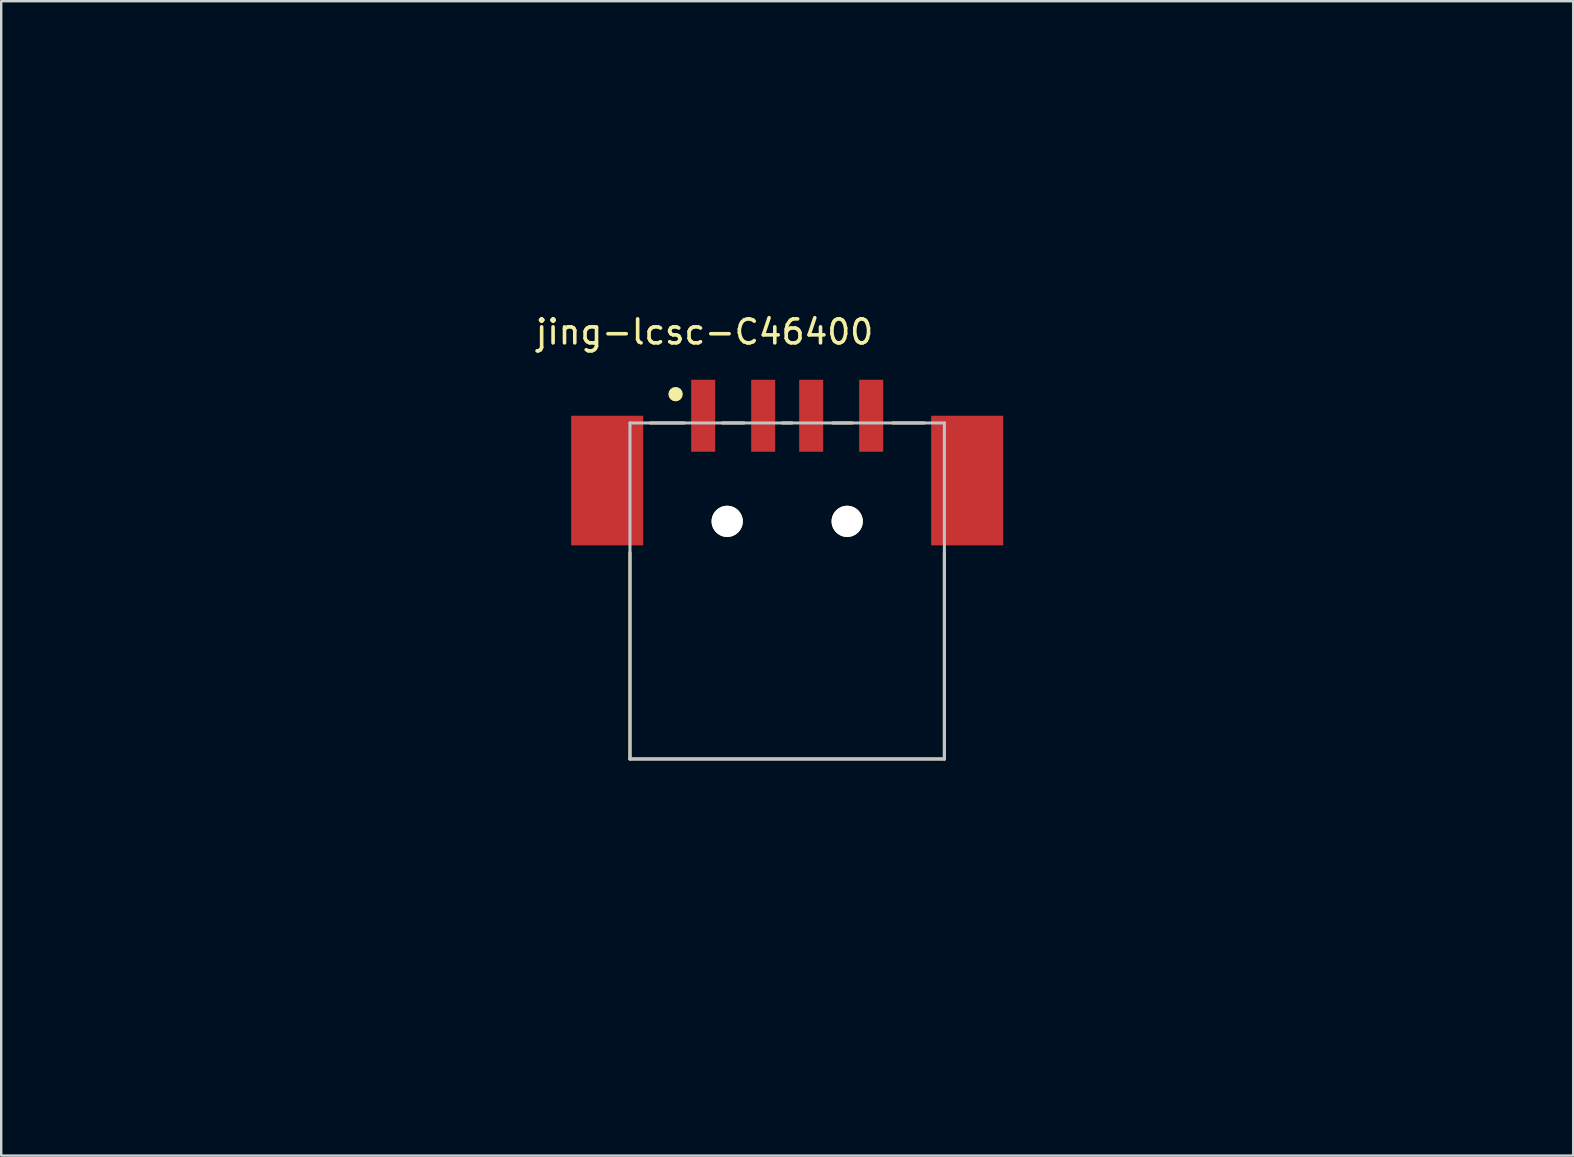
<source format=kicad_pcb>
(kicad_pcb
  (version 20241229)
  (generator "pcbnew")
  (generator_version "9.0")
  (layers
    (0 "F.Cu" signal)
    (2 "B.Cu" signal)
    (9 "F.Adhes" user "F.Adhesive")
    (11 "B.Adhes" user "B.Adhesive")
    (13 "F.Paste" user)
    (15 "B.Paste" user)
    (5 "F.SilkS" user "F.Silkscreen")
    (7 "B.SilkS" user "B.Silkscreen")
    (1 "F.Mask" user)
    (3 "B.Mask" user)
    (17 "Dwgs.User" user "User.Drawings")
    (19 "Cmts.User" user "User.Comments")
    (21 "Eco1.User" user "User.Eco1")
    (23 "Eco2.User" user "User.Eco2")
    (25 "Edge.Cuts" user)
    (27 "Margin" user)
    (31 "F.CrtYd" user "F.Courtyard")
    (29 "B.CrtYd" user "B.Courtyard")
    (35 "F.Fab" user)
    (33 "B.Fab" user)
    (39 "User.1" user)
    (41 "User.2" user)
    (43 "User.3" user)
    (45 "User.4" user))
  (footprint "jing-lcsc-C46400"
    (layer "F.Cu")
    (at 29.749 18.673)
    (property "Reference" "jing-lcsc-C46400" (at -3.445 -7.892 0) (layer "F.SilkS") (effects (font (size 1 1) (thickness 0.15))))
    (attr smd)
    (fp_line (start -6.55 1.3) (end -6.55 9.9) (stroke (width 0.127) (type solid)) (layer "F.SilkS"))
    (fp_line (start -6.55 9.9) (end 6.55 9.9) (stroke (width 0.127) (type solid)) (layer "F.SilkS"))
    (fp_line (start -4.3 -4.1) (end -5.7 -4.1) (stroke (width 0.127) (type solid)) (layer "F.SilkS"))
    (fp_line (start -2.7 -4.1) (end -1.8 -4.1) (stroke (width 0.127) (type solid)) (layer "F.SilkS"))
    (fp_line (start -0.2 -4.1) (end 0.2 -4.1) (stroke (width 0.127) (type solid)) (layer "F.SilkS"))
    (fp_line (start 1.9 -4.1) (end 2.7 -4.1) (stroke (width 0.127) (type solid)) (layer "F.SilkS"))
    (fp_line (start 4.4 -4.1) (end 5.7 -4.1) (stroke (width 0.127) (type solid)) (layer "F.SilkS"))
    (fp_line (start 6.55 9.9) (end 6.55 1.3) (stroke (width 0.127) (type solid)) (layer "F.SilkS"))
    (fp_circle (center -4.65 -5.3) (end -4.5 -5.3) (stroke (width 0.3) (type solid)) (fill no) (layer "F.SilkS"))
    (fp_line (start -6.55 -4.1) (end 6.55 -4.1) (stroke (width 0.127) (type solid)) (layer "Dwgs.User"))
    (fp_line (start -6.55 9.9) (end -6.55 -4.1) (stroke (width 0.127) (type solid)) (layer "Dwgs.User"))
    (fp_line (start 6.55 -4.1) (end 6.55 9.9) (stroke (width 0.127) (type solid)) (layer "Dwgs.User"))
    (fp_line (start 6.55 9.9) (end -6.55 9.9) (stroke (width 0.127) (type solid)) (layer "Dwgs.User"))
    (fp_line (start -8.75 -5.58) (end 8.75 -5.58) (stroke (width 0.05) (type solid)) (layer "Eco1.User"))
    (fp_line (start -8.75 10.15) (end -8.75 -5.58) (stroke (width 0.05) (type solid)) (layer "Eco1.User"))
    (fp_line (start 8.75 -5.58) (end 8.75 10.15) (stroke (width 0.05) (type solid)) (layer "Eco1.User"))
    (fp_line (start 8.75 10.15) (end -8.75 10.15) (stroke (width 0.05) (type solid)) (layer "Eco1.User"))
    (fp_line (start -29.699 2.377) (end -28.703 2.377) (stroke (width 0.1) (type solid)) (layer "Eco2.User"))
    (fp_line (start -29.198 2.085) (end -29.198 2.663) (stroke (width 0.1) (type solid)) (layer "Eco2.User"))
    (fp_line (start -29.198 2.663) (end -28.703 2.377) (stroke (width 0.1) (type solid)) (layer "Eco2.User"))
    (fp_line (start -28.703 -17.626) (end 28.701 -17.626) (stroke (width 0.1) (type solid)) (layer "Eco2.User"))
    (fp_line (start -28.703 -11.625) (end -29.09 -11.625) (stroke (width 0.1) (type solid)) (layer "Eco2.User"))
    (fp_line (start -28.703 -4.621) (end -29.09 -4.621) (stroke (width 0.1) (type solid)) (layer "Eco2.User"))
    (fp_line (start -28.703 2.377) (end -29.198 2.085) (stroke (width 0.1) (type solid)) (layer "Eco2.User"))
    (fp_line (start -28.703 2.377) (end -29.198 2.663) (stroke (width 0.1) (type solid)) (layer "Eco2.User"))
    (fp_line (start -28.703 9.375) (end -29.09 9.375) (stroke (width 0.1) (type solid)) (layer "Eco2.User"))
    (fp_line (start -28.703 16.379) (end -29.09 16.379) (stroke (width 0.1) (type solid)) (layer "Eco2.User"))
    (fp_line (start -28.703 22.379) (end -28.703 -17.626) (stroke (width 0.1) (type solid)) (layer "Eco2.User"))
    (fp_line (start -28.703 22.379) (end 28.701 22.379) (stroke (width 0.1) (type solid)) (layer "Eco2.User"))
    (fp_line (start -22.276 -17.626) (end -22.276 -18.013) (stroke (width 0.1) (type solid)) (layer "Eco2.User"))
    (fp_line (start -22.276 22.379) (end -22.276 22.767) (stroke (width 0.1) (type solid)) (layer "Eco2.User"))
    (fp_line (start -14.847 -17.626) (end -14.847 -18.013) (stroke (width 0.1) (type solid)) (layer "Eco2.User"))
    (fp_line (start -14.847 22.379) (end -14.847 22.767) (stroke (width 0.1) (type solid)) (layer "Eco2.User"))
    (fp_line (start -10.3 -4.151) (end -10.199 -4.151) (stroke (width 0.1) (type solid)) (layer "Eco2.User"))
    (fp_line (start -10.3 -4.151) (end -10.199 -4.151) (stroke (width 0.1) (type solid)) (layer "Eco2.User"))
    (fp_line (start -10.3 -1.948) (end -10.3 -1.948) (stroke (width 0.1) (type solid)) (layer "Eco2.User"))
    (fp_line (start -10.3 -1.948) (end -10.249 -1.7) (stroke (width 0.1) (type solid)) (layer "Eco2.User"))
    (fp_line (start -10.3 -1.948) (end -10.249 -1.7) (stroke (width 0.1) (type solid)) (layer "Eco2.User"))
    (fp_line (start -10.3 -1.948) (end -10.249 -1.7) (stroke (width 0.1) (type solid)) (layer "Eco2.User"))
    (fp_line (start -10.249 -4.399) (end -10.3 -4.151) (stroke (width 0.1) (type solid)) (layer "Eco2.User"))
    (fp_line (start -10.249 -4.399) (end -10.3 -4.151) (stroke (width 0.1) (type solid)) (layer "Eco2.User"))
    (fp_line (start -10.249 -4.399) (end -10.199 -4.151) (stroke (width 0.1) (type solid)) (layer "Eco2.User"))
    (fp_line (start -10.249 -4.151) (end -10.249 -4.399) (stroke (width 0.1) (type solid)) (layer "Eco2.User"))
    (fp_line (start -10.249 -4.151) (end -10.249 -1.948) (stroke (width 0.1) (type solid)) (layer "Eco2.User"))
    (fp_line (start -10.249 -1.948) (end -10.249 -1.7) (stroke (width 0.1) (type solid)) (layer "Eco2.User"))
    (fp_line (start -10.249 -1.7) (end -10.3 -1.948) (stroke (width 0.1) (type solid)) (layer "Eco2.User"))
    (fp_line (start -10.249 -1.7) (end -10.199 -1.948) (stroke (width 0.1) (type solid)) (layer "Eco2.User"))
    (fp_line (start -10.249 -1.7) (end -10.199 -1.948) (stroke (width 0.1) (type solid)) (layer "Eco2.User"))
    (fp_line (start -10.199 -4.151) (end -10.249 -4.399) (stroke (width 0.1) (type solid)) (layer "Eco2.User"))
    (fp_line (start -10.199 -4.151) (end -10.249 -4.399) (stroke (width 0.1) (type solid)) (layer "Eco2.User"))
    (fp_line (start -10.199 -4.151) (end -10.249 -4.399) (stroke (width 0.1) (type solid)) (layer "Eco2.User"))
    (fp_line (start -10.199 -4.151) (end -10.199 -4.151) (stroke (width 0.1) (type solid)) (layer "Eco2.User"))
    (fp_line (start -10.199 -1.948) (end -10.3 -1.948) (stroke (width 0.1) (type solid)) (layer "Eco2.User"))
    (fp_line (start -10.199 -1.948) (end -10.3 -1.948) (stroke (width 0.1) (type solid)) (layer "Eco2.User"))
    (fp_line (start -9.329 -1.7) (end -10.567 -1.7) (stroke (width 0.1) (type solid)) (layer "Eco2.User"))
    (fp_line (start -8.998 -5.199) (end -8.751 -5.249) (stroke (width 0.1) (type solid)) (layer "Eco2.User"))
    (fp_line (start -8.998 -5.199) (end -8.751 -5.154) (stroke (width 0.1) (type solid)) (layer "Eco2.User"))
    (fp_line (start -8.998 -5.199) (end -8.751 -5.154) (stroke (width 0.1) (type solid)) (layer "Eco2.User"))
    (fp_line (start -8.998 -4.481) (end -8.998 -5.516) (stroke (width 0.1) (type solid)) (layer "Eco2.User"))
    (fp_line (start -8.998 -4.399) (end -8.998 0.999) (stroke (width 0.1) (type solid)) (layer "Eco2.User"))
    (fp_line (start -8.998 -1.7) (end -9.252 -1.7) (stroke (width 0.1) (type solid)) (layer "Eco2.User"))
    (fp_line (start -8.998 0.999) (end -6.001 0.999) (stroke (width 0.1) (type solid)) (layer "Eco2.User"))
    (fp_line (start -8.751 -5.249) (end -8.998 -5.199) (stroke (width 0.1) (type solid)) (layer "Eco2.User"))
    (fp_line (start -8.751 -5.249) (end -8.998 -5.199) (stroke (width 0.1) (type solid)) (layer "Eco2.User"))
    (fp_line (start -8.751 -5.249) (end -8.998 -5.199) (stroke (width 0.1) (type solid)) (layer "Eco2.User"))
    (fp_line (start -8.751 -5.249) (end -8.751 -5.249) (stroke (width 0.1) (type solid)) (layer "Eco2.User"))
    (fp_line (start -8.751 -5.199) (end -8.998 -5.199) (stroke (width 0.1) (type solid)) (layer "Eco2.User"))
    (fp_line (start -8.751 -5.154) (end -8.751 -5.249) (stroke (width 0.1) (type solid)) (layer "Eco2.User"))
    (fp_line (start -8.751 -5.154) (end -8.751 -5.249) (stroke (width 0.1) (type solid)) (layer "Eco2.User"))
    (fp_line (start -8.586 -1.7) (end -8.998 -1.7) (stroke (width 0.1) (type solid)) (layer "Eco2.User"))
    (fp_line (start -8.287 -1.7) (end -8.44 -1.7) (stroke (width 0.1) (type solid)) (layer "Eco2.User"))
    (fp_line (start -8.097 10.549) (end -8.097 10.651) (stroke (width 0.1) (type solid)) (layer "Eco2.User"))
    (fp_line (start -8.097 10.6) (end -8.351 10.6) (stroke (width 0.1) (type solid)) (layer "Eco2.User"))
    (fp_line (start -8.097 10.651) (end 8.102 10.651) (stroke (width 0.1) (type solid)) (layer "Eco2.User"))
    (fp_line (start -8.097 10.733) (end -8.097 12.334) (stroke (width 0.1) (type solid)) (layer "Eco2.User"))
    (fp_line (start -8.097 12.016) (end -7.849 11.972) (stroke (width 0.1) (type solid)) (layer "Eco2.User"))
    (fp_line (start -8.097 12.016) (end -7.849 12.067) (stroke (width 0.1) (type solid)) (layer "Eco2.User"))
    (fp_line (start -8.097 12.016) (end -7.849 12.067) (stroke (width 0.1) (type solid)) (layer "Eco2.User"))
    (fp_line (start -7.849 11.972) (end -8.097 12.016) (stroke (width 0.1) (type solid)) (layer "Eco2.User"))
    (fp_line (start -7.849 11.972) (end -8.097 12.016) (stroke (width 0.1) (type solid)) (layer "Eco2.User"))
    (fp_line (start -7.849 11.972) (end -8.097 12.016) (stroke (width 0.1) (type solid)) (layer "Eco2.User"))
    (fp_line (start -7.849 11.972) (end -7.849 11.972) (stroke (width 0.1) (type solid)) (layer "Eco2.User"))
    (fp_line (start -7.849 12.016) (end -8.097 12.016) (stroke (width 0.1) (type solid)) (layer "Eco2.User"))
    (fp_line (start -7.849 12.016) (end 7.848 12.016) (stroke (width 0.1) (type solid)) (layer "Eco2.User"))
    (fp_line (start -7.849 12.067) (end -7.849 11.972) (stroke (width 0.1) (type solid)) (layer "Eco2.User"))
    (fp_line (start -7.849 12.067) (end -7.849 11.972) (stroke (width 0.1) (type solid)) (layer "Eco2.User"))
    (fp_line (start -7.722 -1.7) (end -8.135 -1.7) (stroke (width 0.1) (type solid)) (layer "Eco2.User"))
    (fp_line (start -7.716 10.6) (end -8.097 10.6) (stroke (width 0.1) (type solid)) (layer "Eco2.User"))
    (fp_line (start -7.513 -4.399) (end -10.567 -4.399) (stroke (width 0.1) (type solid)) (layer "Eco2.User"))
    (fp_line (start -7.5 -4.399) (end -7.5 -4.646) (stroke (width 0.1) (type solid)) (layer "Eco2.User"))
    (fp_line (start -7.5 -4.011) (end -7.5 -4.399) (stroke (width 0.1) (type solid)) (layer "Eco2.User"))
    (fp_line (start -7.5 -3.713) (end -7.5 -3.865) (stroke (width 0.1) (type solid)) (layer "Eco2.User"))
    (fp_line (start -7.5 -3.179) (end -7.5 -3.56) (stroke (width 0.1) (type solid)) (layer "Eco2.User"))
    (fp_line (start -7.5 -2.875) (end -7.5 -3.027) (stroke (width 0.1) (type solid)) (layer "Eco2.User"))
    (fp_line (start -7.5 -2.341) (end -7.5 -2.729) (stroke (width 0.1) (type solid)) (layer "Eco2.User"))
    (fp_line (start -7.5 -2.043) (end -7.5 -2.189) (stroke (width 0.1) (type solid)) (layer "Eco2.User"))
    (fp_line (start -7.5 -1.503) (end -7.5 -1.89) (stroke (width 0.1) (type solid)) (layer "Eco2.User"))
    (fp_line (start -7.5 -1.205) (end -7.5 -1.357) (stroke (width 0.1) (type solid)) (layer "Eco2.User"))
    (fp_line (start -7.5 -0.671) (end -7.5 -1.058) (stroke (width 0.1) (type solid)) (layer "Eco2.User"))
    (fp_line (start -7.5 -0.373) (end -7.5 -0.519) (stroke (width 0.1) (type solid)) (layer "Eco2.User"))
    (fp_line (start -7.5 0.167) (end -7.5 -0.22) (stroke (width 0.1) (type solid)) (layer "Eco2.User"))
    (fp_line (start -7.5 0.466) (end -7.5 0.313) (stroke (width 0.1) (type solid)) (layer "Eco2.User"))
    (fp_line (start -7.5 0.999) (end -7.5 0.618) (stroke (width 0.1) (type solid)) (layer "Eco2.User"))
    (fp_line (start -7.5 1.253) (end -7.5 0.999) (stroke (width 0.1) (type solid)) (layer "Eco2.User"))
    (fp_line (start -7.5 1.329) (end -7.5 3.406) (stroke (width 0.1) (type solid)) (layer "Eco2.User"))
    (fp_line (start -7.5 3.088) (end -7.252 3.037) (stroke (width 0.1) (type solid)) (layer "Eco2.User"))
    (fp_line (start -7.5 3.088) (end -7.252 3.132) (stroke (width 0.1) (type solid)) (layer "Eco2.User"))
    (fp_line (start -7.5 3.088) (end -7.252 3.132) (stroke (width 0.1) (type solid)) (layer "Eco2.User"))
    (fp_line (start -7.424 -17.626) (end -7.424 -18.013) (stroke (width 0.1) (type solid)) (layer "Eco2.User"))
    (fp_line (start -7.424 -1.7) (end -7.576 -1.7) (stroke (width 0.1) (type solid)) (layer "Eco2.User"))
    (fp_line (start -7.424 22.379) (end -7.424 22.767) (stroke (width 0.1) (type solid)) (layer "Eco2.User"))
    (fp_line (start -7.417 10.6) (end -7.57 10.6) (stroke (width 0.1) (type solid)) (layer "Eco2.User"))
    (fp_line (start -7.252 3.037) (end -7.5 3.088) (stroke (width 0.1) (type solid)) (layer "Eco2.User"))
    (fp_line (start -7.252 3.037) (end -7.5 3.088) (stroke (width 0.1) (type solid)) (layer "Eco2.User"))
    (fp_line (start -7.252 3.037) (end -7.5 3.088) (stroke (width 0.1) (type solid)) (layer "Eco2.User"))
    (fp_line (start -7.252 3.037) (end -7.252 3.037) (stroke (width 0.1) (type solid)) (layer "Eco2.User"))
    (fp_line (start -7.252 3.088) (end -7.5 3.088) (stroke (width 0.1) (type solid)) (layer "Eco2.User"))
    (fp_line (start -7.252 3.088) (end 7.251 3.088) (stroke (width 0.1) (type solid)) (layer "Eco2.User"))
    (fp_line (start -7.252 3.132) (end -7.252 3.037) (stroke (width 0.1) (type solid)) (layer "Eco2.User"))
    (fp_line (start -7.252 3.132) (end -7.252 3.037) (stroke (width 0.1) (type solid)) (layer "Eco2.User"))
    (fp_line (start -6.884 10.6) (end -7.265 10.6) (stroke (width 0.1) (type solid)) (layer "Eco2.User"))
    (fp_line (start -6.865 -1.7) (end -7.278 -1.7) (stroke (width 0.1) (type solid)) (layer "Eco2.User"))
    (fp_line (start -6.585 10.6) (end -6.732 10.6) (stroke (width 0.1) (type solid)) (layer "Eco2.User"))
    (fp_line (start -6.56 -1.7) (end -6.712 -1.7) (stroke (width 0.1) (type solid)) (layer "Eco2.User"))
    (fp_line (start -6.249 -5.249) (end -6.249 -5.154) (stroke (width 0.1) (type solid)) (layer "Eco2.User"))
    (fp_line (start -6.249 -5.249) (end -6.249 -5.154) (stroke (width 0.1) (type solid)) (layer "Eco2.User"))
    (fp_line (start -6.249 -5.199) (end -8.751 -5.199) (stroke (width 0.1) (type solid)) (layer "Eco2.User"))
    (fp_line (start -6.249 -5.199) (end -6.001 -5.199) (stroke (width 0.1) (type solid)) (layer "Eco2.User"))
    (fp_line (start -6.249 -5.154) (end -6.249 -5.154) (stroke (width 0.1) (type solid)) (layer "Eco2.User"))
    (fp_line (start -6.249 -5.154) (end -6.001 -5.199) (stroke (width 0.1) (type solid)) (layer "Eco2.User"))
    (fp_line (start -6.249 -5.154) (end -6.001 -5.199) (stroke (width 0.1) (type solid)) (layer "Eco2.User"))
    (fp_line (start -6.249 -5.154) (end -6.001 -5.199) (stroke (width 0.1) (type solid)) (layer "Eco2.User"))
    (fp_line (start -6.052 10.6) (end -6.433 10.6) (stroke (width 0.1) (type solid)) (layer "Eco2.User"))
    (fp_line (start -6.001 -5.199) (end -6.249 -5.249) (stroke (width 0.1) (type solid)) (layer "Eco2.User"))
    (fp_line (start -6.001 -5.199) (end -6.249 -5.249) (stroke (width 0.1) (type solid)) (layer "Eco2.User"))
    (fp_line (start -6.001 -5.199) (end -6.249 -5.154) (stroke (width 0.1) (type solid)) (layer "Eco2.User"))
    (fp_line (start -6.001 -4.481) (end -6.001 -5.516) (stroke (width 0.1) (type solid)) (layer "Eco2.User"))
    (fp_line (start -6.001 -4.399) (end -8.998 -4.399) (stroke (width 0.1) (type solid)) (layer "Eco2.User"))
    (fp_line (start -6.001 -1.7) (end -6.414 -1.7) (stroke (width 0.1) (type solid)) (layer "Eco2.User"))
    (fp_line (start -6.001 0.999) (end -6.001 -4.399) (stroke (width 0.1) (type solid)) (layer "Eco2.User"))
    (fp_line (start -5.754 10.6) (end -5.9 10.6) (stroke (width 0.1) (type solid)) (layer "Eco2.User"))
    (fp_line (start -5.747 -1.7) (end -6.001 -1.7) (stroke (width 0.1) (type solid)) (layer "Eco2.User"))
    (fp_line (start -5.22 10.6) (end -5.601 10.6) (stroke (width 0.1) (type solid)) (layer "Eco2.User"))
    (fp_line (start -4.922 10.6) (end -5.068 10.6) (stroke (width 0.1) (type solid)) (layer "Eco2.User"))
    (fp_line (start -4.896 -4.151) (end -4.795 -4.151) (stroke (width 0.1) (type solid)) (layer "Eco2.User"))
    (fp_line (start -4.896 -4.151) (end -4.795 -4.151) (stroke (width 0.1) (type solid)) (layer "Eco2.User"))
    (fp_line (start -4.896 -0.246) (end -4.896 -0.246) (stroke (width 0.1) (type solid)) (layer "Eco2.User"))
    (fp_line (start -4.896 -0.246) (end -4.846 0.002) (stroke (width 0.1) (type solid)) (layer "Eco2.User"))
    (fp_line (start -4.896 -0.246) (end -4.846 0.002) (stroke (width 0.1) (type solid)) (layer "Eco2.User"))
    (fp_line (start -4.896 -0.246) (end -4.846 0.002) (stroke (width 0.1) (type solid)) (layer "Eco2.User"))
    (fp_line (start -4.846 -4.399) (end -4.896 -4.151) (stroke (width 0.1) (type solid)) (layer "Eco2.User"))
    (fp_line (start -4.846 -4.399) (end -4.896 -4.151) (stroke (width 0.1) (type solid)) (layer "Eco2.User"))
    (fp_line (start -4.846 -4.399) (end -4.795 -4.151) (stroke (width 0.1) (type solid)) (layer "Eco2.User"))
    (fp_line (start -4.846 -4.151) (end -4.846 -4.399) (stroke (width 0.1) (type solid)) (layer "Eco2.User"))
    (fp_line (start -4.846 -4.151) (end -4.846 -0.246) (stroke (width 0.1) (type solid)) (layer "Eco2.User"))
    (fp_line (start -4.846 -0.246) (end -4.846 0.002) (stroke (width 0.1) (type solid)) (layer "Eco2.User"))
    (fp_line (start -4.846 0.002) (end -4.896 -0.246) (stroke (width 0.1) (type solid)) (layer "Eco2.User"))
    (fp_line (start -4.846 0.002) (end -4.795 -0.246) (stroke (width 0.1) (type solid)) (layer "Eco2.User"))
    (fp_line (start -4.846 0.002) (end -4.795 -0.246) (stroke (width 0.1) (type solid)) (layer "Eco2.User"))
    (fp_line (start -4.795 -4.151) (end -4.846 -4.399) (stroke (width 0.1) (type solid)) (layer "Eco2.User"))
    (fp_line (start -4.795 -4.151) (end -4.846 -4.399) (stroke (width 0.1) (type solid)) (layer "Eco2.User"))
    (fp_line (start -4.795 -4.151) (end -4.846 -4.399) (stroke (width 0.1) (type solid)) (layer "Eco2.User"))
    (fp_line (start -4.795 -4.151) (end -4.795 -4.151) (stroke (width 0.1) (type solid)) (layer "Eco2.User"))
    (fp_line (start -4.795 -0.246) (end -4.896 -0.246) (stroke (width 0.1) (type solid)) (layer "Eco2.User"))
    (fp_line (start -4.795 -0.246) (end -4.896 -0.246) (stroke (width 0.1) (type solid)) (layer "Eco2.User"))
    (fp_line (start -4.388 10.6) (end -4.769 10.6) (stroke (width 0.1) (type solid)) (layer "Eco2.User"))
    (fp_line (start -4.331 -4.399) (end -7.487 -4.399) (stroke (width 0.1) (type solid)) (layer "Eco2.User"))
    (fp_line (start -4.331 -4.399) (end -5.163 -4.399) (stroke (width 0.1) (type solid)) (layer "Eco2.User"))
    (fp_line (start -4.09 10.6) (end -4.236 10.6) (stroke (width 0.1) (type solid)) (layer "Eco2.User"))
    (fp_line (start -4.001 -5.897) (end -4.001 -2.9) (stroke (width 0.1) (type solid)) (layer "Eco2.User"))
    (fp_line (start -4.001 -4.399) (end -4.249 -4.399) (stroke (width 0.1) (type solid)) (layer "Eco2.User"))
    (fp_line (start -4.001 -2.9) (end -2.998 -2.9) (stroke (width 0.1) (type solid)) (layer "Eco2.User"))
    (fp_line (start -3.722 -4.399) (end -4.007 -4.399) (stroke (width 0.1) (type solid)) (layer "Eco2.User"))
    (fp_line (start -3.557 10.6) (end -3.938 10.6) (stroke (width 0.1) (type solid)) (layer "Eco2.User"))
    (fp_line (start -3.499 -8.532) (end -3.252 -8.577) (stroke (width 0.1) (type solid)) (layer "Eco2.User"))
    (fp_line (start -3.499 -8.532) (end -3.252 -8.482) (stroke (width 0.1) (type solid)) (layer "Eco2.User"))
    (fp_line (start -3.499 -8.532) (end -3.252 -8.482) (stroke (width 0.1) (type solid)) (layer "Eco2.User"))
    (fp_line (start -3.499 -6.227) (end -3.499 -8.85) (stroke (width 0.1) (type solid)) (layer "Eco2.User"))
    (fp_line (start -3.499 -6.151) (end -3.499 -5.897) (stroke (width 0.1) (type solid)) (layer "Eco2.User"))
    (fp_line (start -3.499 -5.897) (end -3.499 -5.484) (stroke (width 0.1) (type solid)) (layer "Eco2.User"))
    (fp_line (start -3.499 -5.338) (end -3.499 -5.186) (stroke (width 0.1) (type solid)) (layer "Eco2.User"))
    (fp_line (start -3.499 -5.034) (end -3.499 -4.621) (stroke (width 0.1) (type solid)) (layer "Eco2.User"))
    (fp_line (start -3.499 -4.475) (end -3.499 -4.322) (stroke (width 0.1) (type solid)) (layer "Eco2.User"))
    (fp_line (start -3.499 -4.176) (end -3.499 -3.764) (stroke (width 0.1) (type solid)) (layer "Eco2.User"))
    (fp_line (start -3.499 -3.611) (end -3.499 -3.459) (stroke (width 0.1) (type solid)) (layer "Eco2.User"))
    (fp_line (start -3.499 -3.313) (end -3.499 -2.9) (stroke (width 0.1) (type solid)) (layer "Eco2.User"))
    (fp_line (start -3.499 -2.9) (end -3.499 -2.646) (stroke (width 0.1) (type solid)) (layer "Eco2.User"))
    (fp_line (start -3.423 -4.399) (end -3.576 -4.399) (stroke (width 0.1) (type solid)) (layer "Eco2.User"))
    (fp_line (start -3.252 -8.577) (end -3.499 -8.532) (stroke (width 0.1) (type solid)) (layer "Eco2.User"))
    (fp_line (start -3.252 -8.577) (end -3.499 -8.532) (stroke (width 0.1) (type solid)) (layer "Eco2.User"))
    (fp_line (start -3.252 -8.577) (end -3.499 -8.532) (stroke (width 0.1) (type solid)) (layer "Eco2.User"))
    (fp_line (start -3.252 -8.577) (end -3.252 -8.577) (stroke (width 0.1) (type solid)) (layer "Eco2.User"))
    (fp_line (start -3.252 -8.532) (end -3.499 -8.532) (stroke (width 0.1) (type solid)) (layer "Eco2.User"))
    (fp_line (start -3.252 -8.532) (end 3.251 -8.532) (stroke (width 0.1) (type solid)) (layer "Eco2.User"))
    (fp_line (start -3.252 -8.482) (end -3.252 -8.577) (stroke (width 0.1) (type solid)) (layer "Eco2.User"))
    (fp_line (start -3.252 -8.482) (end -3.252 -8.577) (stroke (width 0.1) (type solid)) (layer "Eco2.User"))
    (fp_line (start -3.252 10.6) (end -3.404 10.6) (stroke (width 0.1) (type solid)) (layer "Eco2.User"))
    (fp_line (start -3.15 -0.001) (end -3.147 0.065) (stroke (width 0.1) (type solid)) (layer "Eco2.User"))
    (fp_line (start -3.147 0.065) (end -3.137 0.13) (stroke (width 0.1) (type solid)) (layer "Eco2.User"))
    (fp_line (start -3.147 -0.068) (end -3.15 -0.001) (stroke (width 0.1) (type solid)) (layer "Eco2.User"))
    (fp_line (start -3.137 0.13) (end -3.121 0.192) (stroke (width 0.1) (type solid)) (layer "Eco2.User"))
    (fp_line (start -3.137 -0.133) (end -3.147 -0.068) (stroke (width 0.1) (type solid)) (layer "Eco2.User"))
    (fp_line (start -3.121 0.192) (end -3.099 0.252) (stroke (width 0.1) (type solid)) (layer "Eco2.User"))
    (fp_line (start -3.121 -0.195) (end -3.137 -0.133) (stroke (width 0.1) (type solid)) (layer "Eco2.User"))
    (fp_line (start -3.099 0.252) (end -3.072 0.309) (stroke (width 0.1) (type solid)) (layer "Eco2.User"))
    (fp_line (start -3.099 -0.255) (end -3.121 -0.195) (stroke (width 0.1) (type solid)) (layer "Eco2.User"))
    (fp_line (start -3.072 0.309) (end -3.039 0.363) (stroke (width 0.1) (type solid)) (layer "Eco2.User"))
    (fp_line (start -3.071 -0.312) (end -3.099 -0.255) (stroke (width 0.1) (type solid)) (layer "Eco2.User"))
    (fp_line (start -3.039 0.363) (end -3.002 0.413) (stroke (width 0.1) (type solid)) (layer "Eco2.User"))
    (fp_line (start -3.039 -0.365) (end -3.071 -0.312) (stroke (width 0.1) (type solid)) (layer "Eco2.User"))
    (fp_line (start -3.002 0.413) (end -2.96 0.459) (stroke (width 0.1) (type solid)) (layer "Eco2.User"))
    (fp_line (start -3.001 -0.415) (end -3.039 -0.365) (stroke (width 0.1) (type solid)) (layer "Eco2.User"))
    (fp_line (start -2.998 -5.897) (end -4.001 -5.897) (stroke (width 0.1) (type solid)) (layer "Eco2.User"))
    (fp_line (start -2.998 -4.399) (end -3.277 -4.399) (stroke (width 0.1) (type solid)) (layer "Eco2.User"))
    (fp_line (start -2.998 -2.9) (end -2.998 -5.897) (stroke (width 0.1) (type solid)) (layer "Eco2.User"))
    (fp_line (start -2.96 0.459) (end -2.913 0.501) (stroke (width 0.1) (type solid)) (layer "Eco2.User"))
    (fp_line (start -2.959 -0.462) (end -3.001 -0.415) (stroke (width 0.1) (type solid)) (layer "Eco2.User"))
    (fp_line (start -2.913 0.501) (end -2.863 0.538) (stroke (width 0.1) (type solid)) (layer "Eco2.User"))
    (fp_line (start -2.913 -0.504) (end -2.959 -0.462) (stroke (width 0.1) (type solid)) (layer "Eco2.User"))
    (fp_line (start -2.863 0.538) (end -2.81 0.571) (stroke (width 0.1) (type solid)) (layer "Eco2.User"))
    (fp_line (start -2.863 -0.541) (end -2.913 -0.504) (stroke (width 0.1) (type solid)) (layer "Eco2.User"))
    (fp_line (start -2.81 0.571) (end -2.753 0.598) (stroke (width 0.1) (type solid)) (layer "Eco2.User"))
    (fp_line (start -2.809 -0.574) (end -2.863 -0.541) (stroke (width 0.1) (type solid)) (layer "Eco2.User"))
    (fp_line (start -2.753 0.598) (end -2.693 0.62) (stroke (width 0.1) (type solid)) (layer "Eco2.User"))
    (fp_line (start -2.752 -0.601) (end -2.809 -0.574) (stroke (width 0.1) (type solid)) (layer "Eco2.User"))
    (fp_line (start -2.75 -4.399) (end -2.998 -4.399) (stroke (width 0.1) (type solid)) (layer "Eco2.User"))
    (fp_line (start -2.725 10.6) (end -3.106 10.6) (stroke (width 0.1) (type solid)) (layer "Eco2.User"))
    (fp_line (start -2.693 0.62) (end -2.631 0.636) (stroke (width 0.1) (type solid)) (layer "Eco2.User"))
    (fp_line (start -2.693 -0.623) (end -2.752 -0.601) (stroke (width 0.1) (type solid)) (layer "Eco2.User"))
    (fp_line (start -2.631 0.636) (end -2.566 0.646) (stroke (width 0.1) (type solid)) (layer "Eco2.User"))
    (fp_line (start -2.63 -0.639) (end -2.693 -0.623) (stroke (width 0.1) (type solid)) (layer "Eco2.User"))
    (fp_line (start -2.579 0.002) (end -5.163 0.002) (stroke (width 0.1) (type solid)) (layer "Eco2.User"))
    (fp_line (start -2.566 0.646) (end -2.499 0.65) (stroke (width 0.1) (type solid)) (layer "Eco2.User"))
    (fp_line (start -2.566 -0.649) (end -2.63 -0.639) (stroke (width 0.1) (type solid)) (layer "Eco2.User"))
    (fp_line (start -2.502 0.015) (end -2.248 -0.036) (stroke (width 0.1) (type solid)) (layer "Eco2.User"))
    (fp_line (start -2.502 0.015) (end -2.248 0.065) (stroke (width 0.1) (type solid)) (layer "Eco2.User"))
    (fp_line (start -2.502 0.015) (end -2.248 0.065) (stroke (width 0.1) (type solid)) (layer "Eco2.User"))
    (fp_line (start -2.499 0.65) (end -2.433 0.646) (stroke (width 0.1) (type solid)) (layer "Eco2.User"))
    (fp_line (start -2.499 -0.652) (end -2.566 -0.649) (stroke (width 0.1) (type solid)) (layer "Eco2.User"))
    (fp_line (start -2.433 0.646) (end -2.368 0.636) (stroke (width 0.1) (type solid)) (layer "Eco2.User"))
    (fp_line (start -2.433 -0.649) (end -2.499 -0.652) (stroke (width 0.1) (type solid)) (layer "Eco2.User"))
    (fp_line (start -2.42 10.6) (end -2.572 10.6) (stroke (width 0.1) (type solid)) (layer "Eco2.User"))
    (fp_line (start -2.368 0.636) (end -2.306 0.62) (stroke (width 0.1) (type solid)) (layer "Eco2.User"))
    (fp_line (start -2.368 -0.639) (end -2.433 -0.649) (stroke (width 0.1) (type solid)) (layer "Eco2.User"))
    (fp_line (start -2.306 0.62) (end -2.246 0.599) (stroke (width 0.1) (type solid)) (layer "Eco2.User"))
    (fp_line (start -2.306 -0.623) (end -2.368 -0.639) (stroke (width 0.1) (type solid)) (layer "Eco2.User"))
    (fp_line (start -2.248 -0.036) (end -2.502 0.015) (stroke (width 0.1) (type solid)) (layer "Eco2.User"))
    (fp_line (start -2.248 -0.036) (end -2.502 0.015) (stroke (width 0.1) (type solid)) (layer "Eco2.User"))
    (fp_line (start -2.248 -0.036) (end -2.502 0.015) (stroke (width 0.1) (type solid)) (layer "Eco2.User"))
    (fp_line (start -2.248 -0.036) (end -2.248 -0.036) (stroke (width 0.1) (type solid)) (layer "Eco2.User"))
    (fp_line (start -2.248 0.015) (end -2.502 0.015) (stroke (width 0.1) (type solid)) (layer "Eco2.User"))
    (fp_line (start -2.248 0.015) (end 2.247 0.015) (stroke (width 0.1) (type solid)) (layer "Eco2.User"))
    (fp_line (start -2.248 0.065) (end -2.248 -0.036) (stroke (width 0.1) (type solid)) (layer "Eco2.User"))
    (fp_line (start -2.248 0.065) (end -2.248 -0.036) (stroke (width 0.1) (type solid)) (layer "Eco2.User"))
    (fp_line (start -2.246 0.599) (end -2.189 0.571) (stroke (width 0.1) (type solid)) (layer "Eco2.User"))
    (fp_line (start -2.246 -0.601) (end -2.306 -0.623) (stroke (width 0.1) (type solid)) (layer "Eco2.User"))
    (fp_line (start -2.189 0.571) (end -2.135 0.539) (stroke (width 0.1) (type solid)) (layer "Eco2.User"))
    (fp_line (start -2.189 -0.573) (end -2.246 -0.601) (stroke (width 0.1) (type solid)) (layer "Eco2.User"))
    (fp_line (start -2.135 0.539) (end -2.085 0.501) (stroke (width 0.1) (type solid)) (layer "Eco2.User"))
    (fp_line (start -2.135 -0.541) (end -2.189 -0.573) (stroke (width 0.1) (type solid)) (layer "Eco2.User"))
    (fp_line (start -2.085 0.501) (end -2.039 0.459) (stroke (width 0.1) (type solid)) (layer "Eco2.User"))
    (fp_line (start -2.085 -0.503) (end -2.135 -0.541) (stroke (width 0.1) (type solid)) (layer "Eco2.User"))
    (fp_line (start -2.039 0.459) (end -1.997 0.413) (stroke (width 0.1) (type solid)) (layer "Eco2.User"))
    (fp_line (start -2.039 -0.461) (end -2.085 -0.503) (stroke (width 0.1) (type solid)) (layer "Eco2.User"))
    (fp_line (start -1.997 0.413) (end -1.96 0.363) (stroke (width 0.1) (type solid)) (layer "Eco2.User"))
    (fp_line (start -1.997 -0.415) (end -2.039 -0.461) (stroke (width 0.1) (type solid)) (layer "Eco2.User"))
    (fp_line (start -1.96 0.363) (end -1.927 0.309) (stroke (width 0.1) (type solid)) (layer "Eco2.User"))
    (fp_line (start -1.959 -0.365) (end -1.997 -0.415) (stroke (width 0.1) (type solid)) (layer "Eco2.User"))
    (fp_line (start -1.927 0.309) (end -1.9 0.252) (stroke (width 0.1) (type solid)) (layer "Eco2.User"))
    (fp_line (start -1.927 -0.311) (end -1.959 -0.365) (stroke (width 0.1) (type solid)) (layer "Eco2.User"))
    (fp_line (start -1.9 0.252) (end -1.878 0.192) (stroke (width 0.1) (type solid)) (layer "Eco2.User"))
    (fp_line (start -1.899 -0.254) (end -1.927 -0.311) (stroke (width 0.1) (type solid)) (layer "Eco2.User"))
    (fp_line (start -1.886 10.6) (end -2.274 10.6) (stroke (width 0.1) (type solid)) (layer "Eco2.User"))
    (fp_line (start -1.878 0.192) (end -1.862 0.13) (stroke (width 0.1) (type solid)) (layer "Eco2.User"))
    (fp_line (start -1.878 -0.195) (end -1.899 -0.254) (stroke (width 0.1) (type solid)) (layer "Eco2.User"))
    (fp_line (start -1.862 0.13) (end -1.852 0.065) (stroke (width 0.1) (type solid)) (layer "Eco2.User"))
    (fp_line (start -1.862 -0.132) (end -1.878 -0.195) (stroke (width 0.1) (type solid)) (layer "Eco2.User"))
    (fp_line (start -1.852 0.065) (end -1.848 -0.001) (stroke (width 0.1) (type solid)) (layer "Eco2.User"))
    (fp_line (start -1.852 -0.068) (end -1.862 -0.132) (stroke (width 0.1) (type solid)) (layer "Eco2.User"))
    (fp_line (start -1.848 -0.001) (end -1.852 -0.068) (stroke (width 0.1) (type solid)) (layer "Eco2.User"))
    (fp_line (start -1.588 10.6) (end -1.74 10.6) (stroke (width 0.1) (type solid)) (layer "Eco2.User"))
    (fp_line (start -1.499 -5.897) (end -1.499 -2.9) (stroke (width 0.1) (type solid)) (layer "Eco2.User"))
    (fp_line (start -1.499 -4.399) (end -1.747 -4.399) (stroke (width 0.1) (type solid)) (layer "Eco2.User"))
    (fp_line (start -1.499 -2.9) (end -0.502 -2.9) (stroke (width 0.1) (type solid)) (layer "Eco2.User"))
    (fp_line (start -1.226 -4.399) (end -1.512 -4.399) (stroke (width 0.1) (type solid)) (layer "Eco2.User"))
    (fp_line (start -1.055 10.6) (end -1.442 10.6) (stroke (width 0.1) (type solid)) (layer "Eco2.User"))
    (fp_line (start -0.997 -7.148) (end -0.75 -7.199) (stroke (width 0.1) (type solid)) (layer "Eco2.User"))
    (fp_line (start -0.997 -7.148) (end -0.75 -7.097) (stroke (width 0.1) (type solid)) (layer "Eco2.User"))
    (fp_line (start -0.997 -7.148) (end -0.75 -7.097) (stroke (width 0.1) (type solid)) (layer "Eco2.User"))
    (fp_line (start -0.997 -6.227) (end -0.997 -7.466) (stroke (width 0.1) (type solid)) (layer "Eco2.User"))
    (fp_line (start -0.997 -6.151) (end -0.997 -5.897) (stroke (width 0.1) (type solid)) (layer "Eco2.User"))
    (fp_line (start -0.997 -5.897) (end -0.997 -5.484) (stroke (width 0.1) (type solid)) (layer "Eco2.User"))
    (fp_line (start -0.997 -5.338) (end -0.997 -5.186) (stroke (width 0.1) (type solid)) (layer "Eco2.User"))
    (fp_line (start -0.997 -5.034) (end -0.997 -4.621) (stroke (width 0.1) (type solid)) (layer "Eco2.User"))
    (fp_line (start -0.997 -4.475) (end -0.997 -4.322) (stroke (width 0.1) (type solid)) (layer "Eco2.User"))
    (fp_line (start -0.997 -4.176) (end -0.997 -3.764) (stroke (width 0.1) (type solid)) (layer "Eco2.User"))
    (fp_line (start -0.997 -3.611) (end -0.997 -3.459) (stroke (width 0.1) (type solid)) (layer "Eco2.User"))
    (fp_line (start -0.997 -3.313) (end -0.997 -2.9) (stroke (width 0.1) (type solid)) (layer "Eco2.User"))
    (fp_line (start -0.997 -2.9) (end -0.997 -2.646) (stroke (width 0.1) (type solid)) (layer "Eco2.User"))
    (fp_line (start -0.928 -4.399) (end -1.074 -4.399) (stroke (width 0.1) (type solid)) (layer "Eco2.User"))
    (fp_line (start -0.756 10.6) (end -0.909 10.6) (stroke (width 0.1) (type solid)) (layer "Eco2.User"))
    (fp_line (start -0.75 -7.199) (end -0.997 -7.148) (stroke (width 0.1) (type solid)) (layer "Eco2.User"))
    (fp_line (start -0.75 -7.199) (end -0.997 -7.148) (stroke (width 0.1) (type solid)) (layer "Eco2.User"))
    (fp_line (start -0.75 -7.199) (end -0.997 -7.148) (stroke (width 0.1) (type solid)) (layer "Eco2.User"))
    (fp_line (start -0.75 -7.199) (end -0.75 -7.199) (stroke (width 0.1) (type solid)) (layer "Eco2.User"))
    (fp_line (start -0.75 -7.148) (end -0.997 -7.148) (stroke (width 0.1) (type solid)) (layer "Eco2.User"))
    (fp_line (start -0.75 -7.148) (end 0.749 -7.148) (stroke (width 0.1) (type solid)) (layer "Eco2.User"))
    (fp_line (start -0.75 -7.097) (end -0.75 -7.199) (stroke (width 0.1) (type solid)) (layer "Eco2.User"))
    (fp_line (start -0.75 -7.097) (end -0.75 -7.199) (stroke (width 0.1) (type solid)) (layer "Eco2.User"))
    (fp_line (start -0.502 -5.897) (end -1.499 -5.897) (stroke (width 0.1) (type solid)) (layer "Eco2.User"))
    (fp_line (start -0.502 -4.399) (end -0.775 -4.399) (stroke (width 0.1) (type solid)) (layer "Eco2.User"))
    (fp_line (start -0.502 -2.9) (end -0.502 -5.897) (stroke (width 0.1) (type solid)) (layer "Eco2.User"))
    (fp_line (start -0.286 -18.121) (end 0.292 -18.121) (stroke (width 0.1) (type solid)) (layer "Eco2.User"))
    (fp_line (start -0.286 22.875) (end 0.292 22.875) (stroke (width 0.1) (type solid)) (layer "Eco2.User"))
    (fp_line (start -0.248 -4.399) (end -0.502 -4.399) (stroke (width 0.1) (type solid)) (layer "Eco2.User"))
    (fp_line (start -0.223 10.6) (end -0.61 10.6) (stroke (width 0.1) (type solid)) (layer "Eco2.User"))
    (fp_line (start -0.001 -18.623) (end -0.001 -17.626) (stroke (width 0.1) (type solid)) (layer "Eco2.User"))
    (fp_line (start -0.001 -17.626) (end -0.286 -18.121) (stroke (width 0.1) (type solid)) (layer "Eco2.User"))
    (fp_line (start -0.001 -17.626) (end 0.292 -18.121) (stroke (width 0.1) (type solid)) (layer "Eco2.User"))
    (fp_line (start -0.001 22.379) (end -0.286 22.875) (stroke (width 0.1) (type solid)) (layer "Eco2.User"))
    (fp_line (start -0.001 22.379) (end 0.292 22.875) (stroke (width 0.1) (type solid)) (layer "Eco2.User"))
    (fp_line (start -0.001 23.376) (end -0.001 22.379) (stroke (width 0.1) (type solid)) (layer "Eco2.User"))
    (fp_line (start 0.076 10.6) (end -0.077 10.6) (stroke (width 0.1) (type solid)) (layer "Eco2.User"))
    (fp_line (start 0.292 -18.121) (end -0.001 -17.626) (stroke (width 0.1) (type solid)) (layer "Eco2.User"))
    (fp_line (start 0.292 22.875) (end -0.001 22.379) (stroke (width 0.1) (type solid)) (layer "Eco2.User"))
    (fp_line (start 0.501 -5.897) (end 0.501 -2.9) (stroke (width 0.1) (type solid)) (layer "Eco2.User"))
    (fp_line (start 0.501 -4.399) (end 0.253 -4.399) (stroke (width 0.1) (type solid)) (layer "Eco2.User"))
    (fp_line (start 0.501 -2.9) (end 1.498 -2.9) (stroke (width 0.1) (type solid)) (layer "Eco2.User"))
    (fp_line (start 0.609 10.6) (end 0.228 10.6) (stroke (width 0.1) (type solid)) (layer "Eco2.User"))
    (fp_line (start 0.749 -7.199) (end 0.749 -7.097) (stroke (width 0.1) (type solid)) (layer "Eco2.User"))
    (fp_line (start 0.749 -7.199) (end 0.749 -7.097) (stroke (width 0.1) (type solid)) (layer "Eco2.User"))
    (fp_line (start 0.749 -7.148) (end 1.003 -7.148) (stroke (width 0.1) (type solid)) (layer "Eco2.User"))
    (fp_line (start 0.749 -7.097) (end 0.749 -7.097) (stroke (width 0.1) (type solid)) (layer "Eco2.User"))
    (fp_line (start 0.749 -7.097) (end 1.003 -7.148) (stroke (width 0.1) (type solid)) (layer "Eco2.User"))
    (fp_line (start 0.749 -7.097) (end 1.003 -7.148) (stroke (width 0.1) (type solid)) (layer "Eco2.User"))
    (fp_line (start 0.749 -7.097) (end 1.003 -7.148) (stroke (width 0.1) (type solid)) (layer "Eco2.User"))
    (fp_line (start 0.774 -4.399) (end 0.488 -4.399) (stroke (width 0.1) (type solid)) (layer "Eco2.User"))
    (fp_line (start 0.908 10.6) (end 0.755 10.6) (stroke (width 0.1) (type solid)) (layer "Eco2.User"))
    (fp_line (start 1.003 -7.148) (end 0.749 -7.199) (stroke (width 0.1) (type solid)) (layer "Eco2.User"))
    (fp_line (start 1.003 -7.148) (end 0.749 -7.199) (stroke (width 0.1) (type solid)) (layer "Eco2.User"))
    (fp_line (start 1.003 -7.148) (end 0.749 -7.097) (stroke (width 0.1) (type solid)) (layer "Eco2.User"))
    (fp_line (start 1.003 -6.227) (end 1.003 -7.466) (stroke (width 0.1) (type solid)) (layer "Eco2.User"))
    (fp_line (start 1.003 -6.151) (end 1.003 -5.897) (stroke (width 0.1) (type solid)) (layer "Eco2.User"))
    (fp_line (start 1.003 -5.897) (end 1.003 -5.484) (stroke (width 0.1) (type solid)) (layer "Eco2.User"))
    (fp_line (start 1.003 -5.338) (end 1.003 -5.186) (stroke (width 0.1) (type solid)) (layer "Eco2.User"))
    (fp_line (start 1.003 -5.034) (end 1.003 -4.621) (stroke (width 0.1) (type solid)) (layer "Eco2.User"))
    (fp_line (start 1.003 -4.475) (end 1.003 -4.322) (stroke (width 0.1) (type solid)) (layer "Eco2.User"))
    (fp_line (start 1.003 -4.176) (end 1.003 -3.764) (stroke (width 0.1) (type solid)) (layer "Eco2.User"))
    (fp_line (start 1.003 -3.611) (end 1.003 -3.459) (stroke (width 0.1) (type solid)) (layer "Eco2.User"))
    (fp_line (start 1.003 -3.313) (end 1.003 -2.9) (stroke (width 0.1) (type solid)) (layer "Eco2.User"))
    (fp_line (start 1.003 -2.9) (end 1.003 -2.646) (stroke (width 0.1) (type solid)) (layer "Eco2.User"))
    (fp_line (start 1.073 -4.399) (end 0.927 -4.399) (stroke (width 0.1) (type solid)) (layer "Eco2.User"))
    (fp_line (start 1.441 10.6) (end 1.06 10.6) (stroke (width 0.1) (type solid)) (layer "Eco2.User"))
    (fp_line (start 1.498 -5.897) (end 0.501 -5.897) (stroke (width 0.1) (type solid)) (layer "Eco2.User"))
    (fp_line (start 1.498 -4.399) (end 1.225 -4.399) (stroke (width 0.1) (type solid)) (layer "Eco2.User"))
    (fp_line (start 1.498 -2.9) (end 1.498 -5.897) (stroke (width 0.1) (type solid)) (layer "Eco2.User"))
    (fp_line (start 1.739 10.6) (end 1.593 10.6) (stroke (width 0.1) (type solid)) (layer "Eco2.User"))
    (fp_line (start 1.752 -4.399) (end 1.498 -4.399) (stroke (width 0.1) (type solid)) (layer "Eco2.User"))
    (fp_line (start 1.847 -0.001) (end 1.851 0.065) (stroke (width 0.1) (type solid)) (layer "Eco2.User"))
    (fp_line (start 1.851 0.065) (end 1.861 0.13) (stroke (width 0.1) (type solid)) (layer "Eco2.User"))
    (fp_line (start 1.851 -0.068) (end 1.847 -0.001) (stroke (width 0.1) (type solid)) (layer "Eco2.User"))
    (fp_line (start 1.861 0.13) (end 1.877 0.192) (stroke (width 0.1) (type solid)) (layer "Eco2.User"))
    (fp_line (start 1.861 -0.133) (end 1.851 -0.068) (stroke (width 0.1) (type solid)) (layer "Eco2.User"))
    (fp_line (start 1.877 0.192) (end 1.898 0.252) (stroke (width 0.1) (type solid)) (layer "Eco2.User"))
    (fp_line (start 1.877 -0.195) (end 1.861 -0.133) (stroke (width 0.1) (type solid)) (layer "Eco2.User"))
    (fp_line (start 1.898 0.252) (end 1.926 0.309) (stroke (width 0.1) (type solid)) (layer "Eco2.User"))
    (fp_line (start 1.899 -0.255) (end 1.877 -0.195) (stroke (width 0.1) (type solid)) (layer "Eco2.User"))
    (fp_line (start 1.926 0.309) (end 1.958 0.363) (stroke (width 0.1) (type solid)) (layer "Eco2.User"))
    (fp_line (start 1.926 -0.312) (end 1.899 -0.255) (stroke (width 0.1) (type solid)) (layer "Eco2.User"))
    (fp_line (start 1.958 0.363) (end 1.996 0.413) (stroke (width 0.1) (type solid)) (layer "Eco2.User"))
    (fp_line (start 1.959 -0.365) (end 1.926 -0.312) (stroke (width 0.1) (type solid)) (layer "Eco2.User"))
    (fp_line (start 1.996 0.413) (end 2.038 0.459) (stroke (width 0.1) (type solid)) (layer "Eco2.User"))
    (fp_line (start 1.996 -0.415) (end 1.959 -0.365) (stroke (width 0.1) (type solid)) (layer "Eco2.User"))
    (fp_line (start 2.038 0.459) (end 2.084 0.501) (stroke (width 0.1) (type solid)) (layer "Eco2.User"))
    (fp_line (start 2.038 -0.462) (end 1.996 -0.415) (stroke (width 0.1) (type solid)) (layer "Eco2.User"))
    (fp_line (start 2.084 0.501) (end 2.134 0.538) (stroke (width 0.1) (type solid)) (layer "Eco2.User"))
    (fp_line (start 2.084 -0.504) (end 2.038 -0.462) (stroke (width 0.1) (type solid)) (layer "Eco2.User"))
    (fp_line (start 2.134 0.538) (end 2.188 0.571) (stroke (width 0.1) (type solid)) (layer "Eco2.User"))
    (fp_line (start 2.134 -0.541) (end 2.084 -0.504) (stroke (width 0.1) (type solid)) (layer "Eco2.User"))
    (fp_line (start 2.188 0.571) (end 2.245 0.598) (stroke (width 0.1) (type solid)) (layer "Eco2.User"))
    (fp_line (start 2.188 -0.574) (end 2.134 -0.541) (stroke (width 0.1) (type solid)) (layer "Eco2.User"))
    (fp_line (start 2.245 0.598) (end 2.305 0.62) (stroke (width 0.1) (type solid)) (layer "Eco2.User"))
    (fp_line (start 2.245 -0.601) (end 2.188 -0.574) (stroke (width 0.1) (type solid)) (layer "Eco2.User"))
    (fp_line (start 2.247 -0.036) (end 2.247 0.065) (stroke (width 0.1) (type solid)) (layer "Eco2.User"))
    (fp_line (start 2.247 -0.036) (end 2.247 0.065) (stroke (width 0.1) (type solid)) (layer "Eco2.User"))
    (fp_line (start 2.247 0.015) (end 2.501 0.015) (stroke (width 0.1) (type solid)) (layer "Eco2.User"))
    (fp_line (start 2.247 0.065) (end 2.247 0.065) (stroke (width 0.1) (type solid)) (layer "Eco2.User"))
    (fp_line (start 2.247 0.065) (end 2.501 0.015) (stroke (width 0.1) (type solid)) (layer "Eco2.User"))
    (fp_line (start 2.247 0.065) (end 2.501 0.015) (stroke (width 0.1) (type solid)) (layer "Eco2.User"))
    (fp_line (start 2.247 0.065) (end 2.501 0.015) (stroke (width 0.1) (type solid)) (layer "Eco2.User"))
    (fp_line (start 2.273 10.6) (end 1.892 10.6) (stroke (width 0.1) (type solid)) (layer "Eco2.User"))
    (fp_line (start 2.305 0.62) (end 2.367 0.636) (stroke (width 0.1) (type solid)) (layer "Eco2.User"))
    (fp_line (start 2.305 -0.623) (end 2.245 -0.601) (stroke (width 0.1) (type solid)) (layer "Eco2.User"))
    (fp_line (start 2.367 0.636) (end 2.432 0.646) (stroke (width 0.1) (type solid)) (layer "Eco2.User"))
    (fp_line (start 2.367 -0.639) (end 2.305 -0.623) (stroke (width 0.1) (type solid)) (layer "Eco2.User"))
    (fp_line (start 2.432 0.646) (end 2.498 0.65) (stroke (width 0.1) (type solid)) (layer "Eco2.User"))
    (fp_line (start 2.432 -0.649) (end 2.367 -0.639) (stroke (width 0.1) (type solid)) (layer "Eco2.User"))
    (fp_line (start 2.498 0.65) (end 2.565 0.646) (stroke (width 0.1) (type solid)) (layer "Eco2.User"))
    (fp_line (start 2.498 -0.652) (end 2.432 -0.649) (stroke (width 0.1) (type solid)) (layer "Eco2.User"))
    (fp_line (start 2.501 0.015) (end 2.247 -0.036) (stroke (width 0.1) (type solid)) (layer "Eco2.User"))
    (fp_line (start 2.501 0.015) (end 2.247 -0.036) (stroke (width 0.1) (type solid)) (layer "Eco2.User"))
    (fp_line (start 2.501 0.015) (end 2.247 0.065) (stroke (width 0.1) (type solid)) (layer "Eco2.User"))
    (fp_line (start 2.565 0.646) (end 2.629 0.636) (stroke (width 0.1) (type solid)) (layer "Eco2.User"))
    (fp_line (start 2.565 -0.649) (end 2.498 -0.652) (stroke (width 0.1) (type solid)) (layer "Eco2.User"))
    (fp_line (start 2.571 10.6) (end 2.425 10.6) (stroke (width 0.1) (type solid)) (layer "Eco2.User"))
    (fp_line (start 2.629 0.636) (end 2.692 0.62) (stroke (width 0.1) (type solid)) (layer "Eco2.User"))
    (fp_line (start 2.63 -0.639) (end 2.565 -0.649) (stroke (width 0.1) (type solid)) (layer "Eco2.User"))
    (fp_line (start 2.692 0.62) (end 2.751 0.599) (stroke (width 0.1) (type solid)) (layer "Eco2.User"))
    (fp_line (start 2.692 -0.623) (end 2.63 -0.639) (stroke (width 0.1) (type solid)) (layer "Eco2.User"))
    (fp_line (start 2.751 0.599) (end 2.808 0.571) (stroke (width 0.1) (type solid)) (layer "Eco2.User"))
    (fp_line (start 2.752 -0.601) (end 2.692 -0.623) (stroke (width 0.1) (type solid)) (layer "Eco2.User"))
    (fp_line (start 2.808 0.571) (end 2.862 0.539) (stroke (width 0.1) (type solid)) (layer "Eco2.User"))
    (fp_line (start 2.809 -0.573) (end 2.752 -0.601) (stroke (width 0.1) (type solid)) (layer "Eco2.User"))
    (fp_line (start 2.862 0.539) (end 2.912 0.501) (stroke (width 0.1) (type solid)) (layer "Eco2.User"))
    (fp_line (start 2.862 -0.541) (end 2.809 -0.573) (stroke (width 0.1) (type solid)) (layer "Eco2.User"))
    (fp_line (start 2.912 0.501) (end 2.958 0.459) (stroke (width 0.1) (type solid)) (layer "Eco2.User"))
    (fp_line (start 2.912 -0.503) (end 2.862 -0.541) (stroke (width 0.1) (type solid)) (layer "Eco2.User"))
    (fp_line (start 2.958 0.459) (end 3 0.413) (stroke (width 0.1) (type solid)) (layer "Eco2.User"))
    (fp_line (start 2.959 -0.461) (end 2.912 -0.503) (stroke (width 0.1) (type solid)) (layer "Eco2.User"))
    (fp_line (start 2.984 0.434) (end 3.136 0.637) (stroke (width 0.1) (type solid)) (layer "Eco2.User"))
    (fp_line (start 2.984 0.434) (end 3.136 0.637) (stroke (width 0.1) (type solid)) (layer "Eco2.User"))
    (fp_line (start 2.984 0.434) (end 3.206 0.567) (stroke (width 0.1) (type solid)) (layer "Eco2.User"))
    (fp_line (start 3 0.413) (end 3.038 0.363) (stroke (width 0.1) (type solid)) (layer "Eco2.User"))
    (fp_line (start 3.001 -0.415) (end 2.959 -0.461) (stroke (width 0.1) (type solid)) (layer "Eco2.User"))
    (fp_line (start 3.003 -7.256) (end 3.251 -7.307) (stroke (width 0.1) (type solid)) (layer "Eco2.User"))
    (fp_line (start 3.003 -7.256) (end 3.251 -7.205) (stroke (width 0.1) (type solid)) (layer "Eco2.User"))
    (fp_line (start 3.003 -7.256) (end 3.251 -7.205) (stroke (width 0.1) (type solid)) (layer "Eco2.User"))
    (fp_line (start 3.003 -5.98) (end 3.003 -7.574) (stroke (width 0.1) (type solid)) (layer "Eco2.User"))
    (fp_line (start 3.003 -5.897) (end 3.003 -2.9) (stroke (width 0.1) (type solid)) (layer "Eco2.User"))
    (fp_line (start 3.003 -2.9) (end 4 -2.9) (stroke (width 0.1) (type solid)) (layer "Eco2.User"))
    (fp_line (start 3.038 0.363) (end 3.07 0.309) (stroke (width 0.1) (type solid)) (layer "Eco2.User"))
    (fp_line (start 3.038 -0.365) (end 3.001 -0.415) (stroke (width 0.1) (type solid)) (layer "Eco2.User"))
    (fp_line (start 3.07 0.309) (end 3.098 0.252) (stroke (width 0.1) (type solid)) (layer "Eco2.User"))
    (fp_line (start 3.071 -0.311) (end 3.038 -0.365) (stroke (width 0.1) (type solid)) (layer "Eco2.User"))
    (fp_line (start 3.098 0.252) (end 3.12 0.192) (stroke (width 0.1) (type solid)) (layer "Eco2.User"))
    (fp_line (start 3.098 -0.254) (end 3.071 -0.311) (stroke (width 0.1) (type solid)) (layer "Eco2.User"))
    (fp_line (start 3.105 10.6) (end 2.724 10.6) (stroke (width 0.1) (type solid)) (layer "Eco2.User"))
    (fp_line (start 3.12 0.192) (end 3.136 0.13) (stroke (width 0.1) (type solid)) (layer "Eco2.User"))
    (fp_line (start 3.12 -0.195) (end 3.098 -0.254) (stroke (width 0.1) (type solid)) (layer "Eco2.User"))
    (fp_line (start 3.136 0.13) (end 3.146 0.065) (stroke (width 0.1) (type solid)) (layer "Eco2.User"))
    (fp_line (start 3.136 -0.132) (end 3.12 -0.195) (stroke (width 0.1) (type solid)) (layer "Eco2.User"))
    (fp_line (start 3.136 0.637) (end 3.206 0.567) (stroke (width 0.1) (type solid)) (layer "Eco2.User"))
    (fp_line (start 3.136 0.637) (end 3.206 0.567) (stroke (width 0.1) (type solid)) (layer "Eco2.User"))
    (fp_line (start 3.146 0.065) (end 3.149 -0.001) (stroke (width 0.1) (type solid)) (layer "Eco2.User"))
    (fp_line (start 3.146 -0.068) (end 3.136 -0.132) (stroke (width 0.1) (type solid)) (layer "Eco2.User"))
    (fp_line (start 3.149 -0.001) (end 3.146 -0.068) (stroke (width 0.1) (type solid)) (layer "Eco2.User"))
    (fp_line (start 3.168 0.605) (end 2.984 0.434) (stroke (width 0.1) (type solid)) (layer "Eco2.User"))
    (fp_line (start 3.168 0.605) (end 3.809 1.177) (stroke (width 0.1) (type solid)) (layer "Eco2.User"))
    (fp_line (start 3.206 0.567) (end 2.984 0.434) (stroke (width 0.1) (type solid)) (layer "Eco2.User"))
    (fp_line (start 3.206 0.567) (end 2.984 0.434) (stroke (width 0.1) (type solid)) (layer "Eco2.User"))
    (fp_line (start 3.206 0.567) (end 2.984 0.434) (stroke (width 0.1) (type solid)) (layer "Eco2.User"))
    (fp_line (start 3.206 0.567) (end 3.206 0.567) (stroke (width 0.1) (type solid)) (layer "Eco2.User"))
    (fp_line (start 3.251 -8.577) (end 3.251 -8.482) (stroke (width 0.1) (type solid)) (layer "Eco2.User"))
    (fp_line (start 3.251 -8.577) (end 3.251 -8.482) (stroke (width 0.1) (type solid)) (layer "Eco2.User"))
    (fp_line (start 3.251 -8.532) (end 3.498 -8.532) (stroke (width 0.1) (type solid)) (layer "Eco2.User"))
    (fp_line (start 3.251 -8.482) (end 3.251 -8.482) (stroke (width 0.1) (type solid)) (layer "Eco2.User"))
    (fp_line (start 3.251 -8.482) (end 3.498 -8.532) (stroke (width 0.1) (type solid)) (layer "Eco2.User"))
    (fp_line (start 3.251 -8.482) (end 3.498 -8.532) (stroke (width 0.1) (type solid)) (layer "Eco2.User"))
    (fp_line (start 3.251 -8.482) (end 3.498 -8.532) (stroke (width 0.1) (type solid)) (layer "Eco2.User"))
    (fp_line (start 3.251 -7.307) (end 3.003 -7.256) (stroke (width 0.1) (type solid)) (layer "Eco2.User"))
    (fp_line (start 3.251 -7.307) (end 3.003 -7.256) (stroke (width 0.1) (type solid)) (layer "Eco2.User"))
    (fp_line (start 3.251 -7.307) (end 3.003 -7.256) (stroke (width 0.1) (type solid)) (layer "Eco2.User"))
    (fp_line (start 3.251 -7.307) (end 3.251 -7.307) (stroke (width 0.1) (type solid)) (layer "Eco2.User"))
    (fp_line (start 3.251 -7.256) (end 3.003 -7.256) (stroke (width 0.1) (type solid)) (layer "Eco2.User"))
    (fp_line (start 3.251 -7.205) (end 3.251 -7.307) (stroke (width 0.1) (type solid)) (layer "Eco2.User"))
    (fp_line (start 3.251 -7.205) (end 3.251 -7.307) (stroke (width 0.1) (type solid)) (layer "Eco2.User"))
    (fp_line (start 3.403 10.6) (end 3.257 10.6) (stroke (width 0.1) (type solid)) (layer "Eco2.User"))
    (fp_line (start 3.498 -8.532) (end 3.251 -8.577) (stroke (width 0.1) (type solid)) (layer "Eco2.User"))
    (fp_line (start 3.498 -8.532) (end 3.251 -8.577) (stroke (width 0.1) (type solid)) (layer "Eco2.User"))
    (fp_line (start 3.498 -8.532) (end 3.251 -8.482) (stroke (width 0.1) (type solid)) (layer "Eco2.User"))
    (fp_line (start 3.498 -6.227) (end 3.498 -8.85) (stroke (width 0.1) (type solid)) (layer "Eco2.User"))
    (fp_line (start 3.498 -6.151) (end 3.498 -5.897) (stroke (width 0.1) (type solid)) (layer "Eco2.User"))
    (fp_line (start 3.498 -5.897) (end 3.498 -5.484) (stroke (width 0.1) (type solid)) (layer "Eco2.User"))
    (fp_line (start 3.498 -5.338) (end 3.498 -5.186) (stroke (width 0.1) (type solid)) (layer "Eco2.User"))
    (fp_line (start 3.498 -5.034) (end 3.498 -4.621) (stroke (width 0.1) (type solid)) (layer "Eco2.User"))
    (fp_line (start 3.498 -4.475) (end 3.498 -4.322) (stroke (width 0.1) (type solid)) (layer "Eco2.User"))
    (fp_line (start 3.498 -4.176) (end 3.498 -3.764) (stroke (width 0.1) (type solid)) (layer "Eco2.User"))
    (fp_line (start 3.498 -3.611) (end 3.498 -3.459) (stroke (width 0.1) (type solid)) (layer "Eco2.User"))
    (fp_line (start 3.498 -3.313) (end 3.498 -2.9) (stroke (width 0.1) (type solid)) (layer "Eco2.User"))
    (fp_line (start 3.498 -2.9) (end 3.498 -2.646) (stroke (width 0.1) (type solid)) (layer "Eco2.User"))
    (fp_line (start 3.752 -7.307) (end 3.752 -7.205) (stroke (width 0.1) (type solid)) (layer "Eco2.User"))
    (fp_line (start 3.752 -7.307) (end 3.752 -7.205) (stroke (width 0.1) (type solid)) (layer "Eco2.User"))
    (fp_line (start 3.752 -7.256) (end 3.251 -7.256) (stroke (width 0.1) (type solid)) (layer "Eco2.User"))
    (fp_line (start 3.752 -7.256) (end 4 -7.256) (stroke (width 0.1) (type solid)) (layer "Eco2.User"))
    (fp_line (start 3.752 -7.205) (end 3.752 -7.205) (stroke (width 0.1) (type solid)) (layer "Eco2.User"))
    (fp_line (start 3.752 -7.205) (end 4 -7.256) (stroke (width 0.1) (type solid)) (layer "Eco2.User"))
    (fp_line (start 3.752 -7.205) (end 4 -7.256) (stroke (width 0.1) (type solid)) (layer "Eco2.User"))
    (fp_line (start 3.752 -7.205) (end 4 -7.256) (stroke (width 0.1) (type solid)) (layer "Eco2.User"))
    (fp_line (start 3.809 1.177) (end 4.305 1.621) (stroke (width 0.1) (type solid)) (layer "Eco2.User"))
    (fp_line (start 3.937 10.6) (end 3.555 10.6) (stroke (width 0.1) (type solid)) (layer "Eco2.User"))
    (fp_line (start 4 -7.256) (end 3.752 -7.307) (stroke (width 0.1) (type solid)) (layer "Eco2.User"))
    (fp_line (start 4 -7.256) (end 3.752 -7.307) (stroke (width 0.1) (type solid)) (layer "Eco2.User"))
    (fp_line (start 4 -7.256) (end 3.752 -7.205) (stroke (width 0.1) (type solid)) (layer "Eco2.User"))
    (fp_line (start 4 -5.98) (end 4 -7.574) (stroke (width 0.1) (type solid)) (layer "Eco2.User"))
    (fp_line (start 4 -5.897) (end 3.003 -5.897) (stroke (width 0.1) (type solid)) (layer "Eco2.User"))
    (fp_line (start 4 -2.9) (end 4 -5.897) (stroke (width 0.1) (type solid)) (layer "Eco2.User"))
    (fp_line (start 4.083 -5.897) (end 5.505 -5.897) (stroke (width 0.1) (type solid)) (layer "Eco2.User"))
    (fp_line (start 4.083 -2.9) (end 5.505 -2.9) (stroke (width 0.1) (type solid)) (layer "Eco2.User"))
    (fp_line (start 4.235 10.6) (end 4.089 10.6) (stroke (width 0.1) (type solid)) (layer "Eco2.User"))
    (fp_line (start 4.768 10.6) (end 4.387 10.6) (stroke (width 0.1) (type solid)) (layer "Eco2.User"))
    (fp_line (start 5.073 10.6) (end 4.921 10.6) (stroke (width 0.1) (type solid)) (layer "Eco2.User"))
    (fp_line (start 5.137 -5.65) (end 5.238 -5.65) (stroke (width 0.1) (type solid)) (layer "Eco2.User"))
    (fp_line (start 5.137 -5.65) (end 5.238 -5.65) (stroke (width 0.1) (type solid)) (layer "Eco2.User"))
    (fp_line (start 5.137 -3.148) (end 5.137 -3.148) (stroke (width 0.1) (type solid)) (layer "Eco2.User"))
    (fp_line (start 5.137 -3.148) (end 5.187 -2.9) (stroke (width 0.1) (type solid)) (layer "Eco2.User"))
    (fp_line (start 5.137 -3.148) (end 5.187 -2.9) (stroke (width 0.1) (type solid)) (layer "Eco2.User"))
    (fp_line (start 5.137 -3.148) (end 5.187 -2.9) (stroke (width 0.1) (type solid)) (layer "Eco2.User"))
    (fp_line (start 5.187 -5.897) (end 5.137 -5.65) (stroke (width 0.1) (type solid)) (layer "Eco2.User"))
    (fp_line (start 5.187 -5.897) (end 5.137 -5.65) (stroke (width 0.1) (type solid)) (layer "Eco2.User"))
    (fp_line (start 5.187 -5.897) (end 5.238 -5.65) (stroke (width 0.1) (type solid)) (layer "Eco2.User"))
    (fp_line (start 5.187 -5.65) (end 5.187 -5.897) (stroke (width 0.1) (type solid)) (layer "Eco2.User"))
    (fp_line (start 5.187 -3.148) (end 5.187 -5.65) (stroke (width 0.1) (type solid)) (layer "Eco2.User"))
    (fp_line (start 5.187 -3.148) (end 5.187 -2.9) (stroke (width 0.1) (type solid)) (layer "Eco2.User"))
    (fp_line (start 5.187 -2.9) (end 5.137 -3.148) (stroke (width 0.1) (type solid)) (layer "Eco2.User"))
    (fp_line (start 5.187 -2.9) (end 5.238 -3.148) (stroke (width 0.1) (type solid)) (layer "Eco2.User"))
    (fp_line (start 5.187 -2.9) (end 5.238 -3.148) (stroke (width 0.1) (type solid)) (layer "Eco2.User"))
    (fp_line (start 5.238 -5.65) (end 5.187 -5.897) (stroke (width 0.1) (type solid)) (layer "Eco2.User"))
    (fp_line (start 5.238 -5.65) (end 5.187 -5.897) (stroke (width 0.1) (type solid)) (layer "Eco2.User"))
    (fp_line (start 5.238 -5.65) (end 5.187 -5.897) (stroke (width 0.1) (type solid)) (layer "Eco2.User"))
    (fp_line (start 5.238 -5.65) (end 5.238 -5.65) (stroke (width 0.1) (type solid)) (layer "Eco2.User"))
    (fp_line (start 5.238 -3.148) (end 5.137 -3.148) (stroke (width 0.1) (type solid)) (layer "Eco2.User"))
    (fp_line (start 5.238 -3.148) (end 5.137 -3.148) (stroke (width 0.1) (type solid)) (layer "Eco2.User"))
    (fp_line (start 5.6 10.6) (end 5.219 10.6) (stroke (width 0.1) (type solid)) (layer "Eco2.User"))
    (fp_line (start 5.651 -7.256) (end 4 -7.256) (stroke (width 0.1) (type solid)) (layer "Eco2.User"))
    (fp_line (start 5.905 10.6) (end 5.753 10.6) (stroke (width 0.1) (type solid)) (layer "Eco2.User"))
    (fp_line (start 6 -4.399) (end 6 0.999) (stroke (width 0.1) (type solid)) (layer "Eco2.User"))
    (fp_line (start 6 0.999) (end 8.997 0.999) (stroke (width 0.1) (type solid)) (layer "Eco2.User"))
    (fp_line (start 6.438 10.6) (end 6.051 10.6) (stroke (width 0.1) (type solid)) (layer "Eco2.User"))
    (fp_line (start 6.737 10.6) (end 6.584 10.6) (stroke (width 0.1) (type solid)) (layer "Eco2.User"))
    (fp_line (start 7.251 3.037) (end 7.251 3.132) (stroke (width 0.1) (type solid)) (layer "Eco2.User"))
    (fp_line (start 7.251 3.037) (end 7.251 3.132) (stroke (width 0.1) (type solid)) (layer "Eco2.User"))
    (fp_line (start 7.251 3.088) (end 7.499 3.088) (stroke (width 0.1) (type solid)) (layer "Eco2.User"))
    (fp_line (start 7.251 3.132) (end 7.251 3.132) (stroke (width 0.1) (type solid)) (layer "Eco2.User"))
    (fp_line (start 7.251 3.132) (end 7.499 3.088) (stroke (width 0.1) (type solid)) (layer "Eco2.User"))
    (fp_line (start 7.251 3.132) (end 7.499 3.088) (stroke (width 0.1) (type solid)) (layer "Eco2.User"))
    (fp_line (start 7.251 3.132) (end 7.499 3.088) (stroke (width 0.1) (type solid)) (layer "Eco2.User"))
    (fp_line (start 7.27 10.6) (end 6.883 10.6) (stroke (width 0.1) (type solid)) (layer "Eco2.User"))
    (fp_line (start 7.423 -17.626) (end 7.423 -18.013) (stroke (width 0.1) (type solid)) (layer "Eco2.User"))
    (fp_line (start 7.423 22.379) (end 7.423 22.767) (stroke (width 0.1) (type solid)) (layer "Eco2.User"))
    (fp_line (start 7.499 -4.646) (end 7.499 -4.399) (stroke (width 0.1) (type solid)) (layer "Eco2.User"))
    (fp_line (start 7.499 -4.399) (end 7.499 -4.011) (stroke (width 0.1) (type solid)) (layer "Eco2.User"))
    (fp_line (start 7.499 -3.865) (end 7.499 -3.713) (stroke (width 0.1) (type solid)) (layer "Eco2.User"))
    (fp_line (start 7.499 -3.56) (end 7.499 -3.179) (stroke (width 0.1) (type solid)) (layer "Eco2.User"))
    (fp_line (start 7.499 -3.027) (end 7.499 -2.875) (stroke (width 0.1) (type solid)) (layer "Eco2.User"))
    (fp_line (start 7.499 -2.729) (end 7.499 -2.341) (stroke (width 0.1) (type solid)) (layer "Eco2.User"))
    (fp_line (start 7.499 -2.189) (end 7.499 -2.043) (stroke (width 0.1) (type solid)) (layer "Eco2.User"))
    (fp_line (start 7.499 -1.89) (end 7.499 -1.503) (stroke (width 0.1) (type solid)) (layer "Eco2.User"))
    (fp_line (start 7.499 -1.357) (end 7.499 -1.205) (stroke (width 0.1) (type solid)) (layer "Eco2.User"))
    (fp_line (start 7.499 -1.058) (end 7.499 -0.671) (stroke (width 0.1) (type solid)) (layer "Eco2.User"))
    (fp_line (start 7.499 -0.519) (end 7.499 -0.373) (stroke (width 0.1) (type solid)) (layer "Eco2.User"))
    (fp_line (start 7.499 -0.22) (end 7.499 0.167) (stroke (width 0.1) (type solid)) (layer "Eco2.User"))
    (fp_line (start 7.499 0.313) (end 7.499 0.466) (stroke (width 0.1) (type solid)) (layer "Eco2.User"))
    (fp_line (start 7.499 0.618) (end 7.499 0.999) (stroke (width 0.1) (type solid)) (layer "Eco2.User"))
    (fp_line (start 7.499 0.999) (end 7.499 1.253) (stroke (width 0.1) (type solid)) (layer "Eco2.User"))
    (fp_line (start 7.499 1.329) (end 7.499 3.406) (stroke (width 0.1) (type solid)) (layer "Eco2.User"))
    (fp_line (start 7.499 3.088) (end 7.251 3.037) (stroke (width 0.1) (type solid)) (layer "Eco2.User"))
    (fp_line (start 7.499 3.088) (end 7.251 3.037) (stroke (width 0.1) (type solid)) (layer "Eco2.User"))
    (fp_line (start 7.499 3.088) (end 7.251 3.132) (stroke (width 0.1) (type solid)) (layer "Eco2.User"))
    (fp_line (start 7.569 10.6) (end 7.416 10.6) (stroke (width 0.1) (type solid)) (layer "Eco2.User"))
    (fp_line (start 7.848 11.972) (end 7.848 12.067) (stroke (width 0.1) (type solid)) (layer "Eco2.User"))
    (fp_line (start 7.848 11.972) (end 7.848 12.067) (stroke (width 0.1) (type solid)) (layer "Eco2.User"))
    (fp_line (start 7.848 12.016) (end 8.102 12.016) (stroke (width 0.1) (type solid)) (layer "Eco2.User"))
    (fp_line (start 7.848 12.067) (end 7.848 12.067) (stroke (width 0.1) (type solid)) (layer "Eco2.User"))
    (fp_line (start 7.848 12.067) (end 8.102 12.016) (stroke (width 0.1) (type solid)) (layer "Eco2.User"))
    (fp_line (start 7.848 12.067) (end 8.102 12.016) (stroke (width 0.1) (type solid)) (layer "Eco2.User"))
    (fp_line (start 7.848 12.067) (end 8.102 12.016) (stroke (width 0.1) (type solid)) (layer "Eco2.User"))
    (fp_line (start 8.102 10.549) (end -8.097 10.549) (stroke (width 0.1) (type solid)) (layer "Eco2.User"))
    (fp_line (start 8.102 10.6) (end 7.721 10.6) (stroke (width 0.1) (type solid)) (layer "Eco2.User"))
    (fp_line (start 8.102 10.651) (end 8.102 10.549) (stroke (width 0.1) (type solid)) (layer "Eco2.User"))
    (fp_line (start 8.102 10.733) (end 8.102 12.334) (stroke (width 0.1) (type solid)) (layer "Eco2.User"))
    (fp_line (start 8.102 12.016) (end 7.848 11.972) (stroke (width 0.1) (type solid)) (layer "Eco2.User"))
    (fp_line (start 8.102 12.016) (end 7.848 11.972) (stroke (width 0.1) (type solid)) (layer "Eco2.User"))
    (fp_line (start 8.102 12.016) (end 7.848 12.067) (stroke (width 0.1) (type solid)) (layer "Eco2.User"))
    (fp_line (start 8.35 10.6) (end 8.102 10.6) (stroke (width 0.1) (type solid)) (layer "Eco2.User"))
    (fp_line (start 8.997 -4.399) (end 6 -4.399) (stroke (width 0.1) (type solid)) (layer "Eco2.User"))
    (fp_line (start 8.997 0.999) (end 8.997 -4.399) (stroke (width 0.1) (type solid)) (layer "Eco2.User"))
    (fp_line (start 9.702 16.849) (end 9.702 22.379) (stroke (width 0.1) (type solid)) (layer "Eco2.User"))
    (fp_line (start 9.702 18.55) (end 28.701 18.55) (stroke (width 0.1) (type solid)) (layer "Eco2.User"))
    (fp_line (start 9.702 18.976) (end 15.163 18.976) (stroke (width 0.1) (type solid)) (layer "Eco2.User"))
    (fp_line (start 9.702 19.401) (end 15.163 19.401) (stroke (width 0.1) (type solid)) (layer "Eco2.User"))
    (fp_line (start 9.702 19.827) (end 15.163 19.827) (stroke (width 0.1) (type solid)) (layer "Eco2.User"))
    (fp_line (start 9.702 20.252) (end 15.163 20.252) (stroke (width 0.1) (type solid)) (layer "Eco2.User"))
    (fp_line (start 9.702 20.678) (end 15.163 20.678) (stroke (width 0.1) (type solid)) (layer "Eco2.User"))
    (fp_line (start 9.702 21.103) (end 15.163 21.103) (stroke (width 0.1) (type solid)) (layer "Eco2.User"))
    (fp_line (start 9.702 21.954) (end 15.163 21.954) (stroke (width 0.1) (type solid)) (layer "Eco2.User"))
    (fp_line (start 9.702 22.379) (end 28.701 22.379) (stroke (width 0.1) (type solid)) (layer "Eco2.User"))
    (fp_line (start 10.483 22.379) (end 10.483 18.55) (stroke (width 0.1) (type solid)) (layer "Eco2.User"))
    (fp_line (start 13.08 22.379) (end 13.08 18.55) (stroke (width 0.1) (type solid)) (layer "Eco2.User"))
    (fp_line (start 14.382 22.379) (end 14.382 18.55) (stroke (width 0.1) (type solid)) (layer "Eco2.User"))
    (fp_line (start 14.852 -17.626) (end 14.852 -18.013) (stroke (width 0.1) (type solid)) (layer "Eco2.User"))
    (fp_line (start 14.852 22.379) (end 14.852 22.767) (stroke (width 0.1) (type solid)) (layer "Eco2.User"))
    (fp_line (start 15.163 18.976) (end 19.583 18.976) (stroke (width 0.1) (type solid)) (layer "Eco2.User"))
    (fp_line (start 15.163 19.401) (end 19.583 19.401) (stroke (width 0.1) (type solid)) (layer "Eco2.User"))
    (fp_line (start 15.163 19.827) (end 19.583 19.827) (stroke (width 0.1) (type solid)) (layer "Eco2.User"))
    (fp_line (start 15.163 20.252) (end 19.583 20.252) (stroke (width 0.1) (type solid)) (layer "Eco2.User"))
    (fp_line (start 15.163 20.678) (end 28.701 20.678) (stroke (width 0.1) (type solid)) (layer "Eco2.User"))
    (fp_line (start 15.163 21.528) (end 9.702 21.528) (stroke (width 0.1) (type solid)) (layer "Eco2.User"))
    (fp_line (start 15.163 21.954) (end 19.583 21.954) (stroke (width 0.1) (type solid)) (layer "Eco2.User"))
    (fp_line (start 15.163 22.379) (end 15.163 16.849) (stroke (width 0.1) (type solid)) (layer "Eco2.User"))
    (fp_line (start 16.198 20.252) (end 16.198 18.55) (stroke (width 0.1) (type solid)) (layer "Eco2.User"))
    (fp_line (start 17.76 18.55) (end 17.76 16.849) (stroke (width 0.1) (type solid)) (layer "Eco2.User"))
    (fp_line (start 17.76 20.678) (end 17.76 18.55) (stroke (width 0.1) (type solid)) (layer "Eco2.User"))
    (fp_line (start 19.583 17.528) (end 28.701 17.528) (stroke (width 0.1) (type solid)) (layer "Eco2.User"))
    (fp_line (start 19.583 21.954) (end 28.701 21.954) (stroke (width 0.1) (type solid)) (layer "Eco2.User"))
    (fp_line (start 19.583 22.379) (end 19.583 16.849) (stroke (width 0.1) (type solid)) (layer "Eco2.User"))
    (fp_line (start 22.275 -17.626) (end 22.275 -18.013) (stroke (width 0.1) (type solid)) (layer "Eco2.User"))
    (fp_line (start 22.275 22.379) (end 22.275 22.767) (stroke (width 0.1) (type solid)) (layer "Eco2.User"))
    (fp_line (start 24.142 22.379) (end 24.142 21.954) (stroke (width 0.1) (type solid)) (layer "Eco2.User"))
    (fp_line (start 24.942 17.528) (end 24.942 16.849) (stroke (width 0.1) (type solid)) (layer "Eco2.User"))
    (fp_line (start 27.12 21.535) (end 28.701 21.535) (stroke (width 0.1) (type solid)) (layer "Eco2.User"))
    (fp_line (start 27.12 21.954) (end 27.12 20.678) (stroke (width 0.1) (type solid)) (layer "Eco2.User"))
    (fp_line (start 28.701 -17.626) (end 28.701 22.379) (stroke (width 0.1) (type solid)) (layer "Eco2.User"))
    (fp_line (start 28.701 -11.625) (end 29.089 -11.625) (stroke (width 0.1) (type solid)) (layer "Eco2.User"))
    (fp_line (start 28.701 -4.621) (end 29.089 -4.621) (stroke (width 0.1) (type solid)) (layer "Eco2.User"))
    (fp_line (start 28.701 2.377) (end 29.203 2.085) (stroke (width 0.1) (type solid)) (layer "Eco2.User"))
    (fp_line (start 28.701 2.377) (end 29.203 2.663) (stroke (width 0.1) (type solid)) (layer "Eco2.User"))
    (fp_line (start 28.701 9.375) (end 29.089 9.375) (stroke (width 0.1) (type solid)) (layer "Eco2.User"))
    (fp_line (start 28.701 16.379) (end 29.089 16.379) (stroke (width 0.1) (type solid)) (layer "Eco2.User"))
    (fp_line (start 28.701 16.849) (end 9.702 16.849) (stroke (width 0.1) (type solid)) (layer "Eco2.User"))
    (fp_line (start 28.701 22.379) (end -28.703 22.379) (stroke (width 0.1) (type solid)) (layer "Eco2.User"))
    (fp_line (start 28.701 22.379) (end 28.701 16.849) (stroke (width 0.1) (type solid)) (layer "Eco2.User"))
    (fp_line (start 29.203 2.085) (end 29.203 2.663) (stroke (width 0.1) (type solid)) (layer "Eco2.User"))
    (fp_line (start 29.203 2.663) (end 28.701 2.377) (stroke (width 0.1) (type solid)) (layer "Eco2.User"))
    (fp_line (start 29.698 2.377) (end 28.701 2.377) (stroke (width 0.1) (type solid)) (layer "Eco2.User"))
    (pad "" np_thru_hole circle (at -2.5 0) (size 1.3 1.3) (drill 1.3) (layers "*.Cu" "*.Mask" "F.SilkS"))
    (pad "" np_thru_hole circle (at 2.5 0) (size 1.3 1.3) (drill 1.3) (layers "*.Cu" "*.Mask" "F.SilkS"))
    (pad "1" smd rect (at -3.5 -4.4) (size 1 3) (layers "F.Cu" "F.Mask" "F.Paste"))
    (pad "2" smd rect (at -1 -4.4) (size 1 3) (layers "F.Cu" "F.Mask" "F.Paste"))
    (pad "3" smd rect (at 1 -4.4) (size 1 3) (layers "F.Cu" "F.Mask" "F.Paste"))
    (pad "4" smd rect (at 3.5 -4.4) (size 1 3) (layers "F.Cu" "F.Mask" "F.Paste"))
    (pad "S1" smd rect (at -7.5 -1.7) (size 3 5.4) (layers "F.Cu" "F.Mask" "F.Paste"))
    (pad "S2" smd rect (at 7.5 -1.7) (size 3 5.4) (layers "F.Cu" "F.Mask" "F.Paste")))
  (gr_rect
    (start -3 -3)
    (end 62.498 45.099)
    (stroke (width 0.1) (type default))
    (fill no)
    (layer "Edge.Cuts")))
</source>
